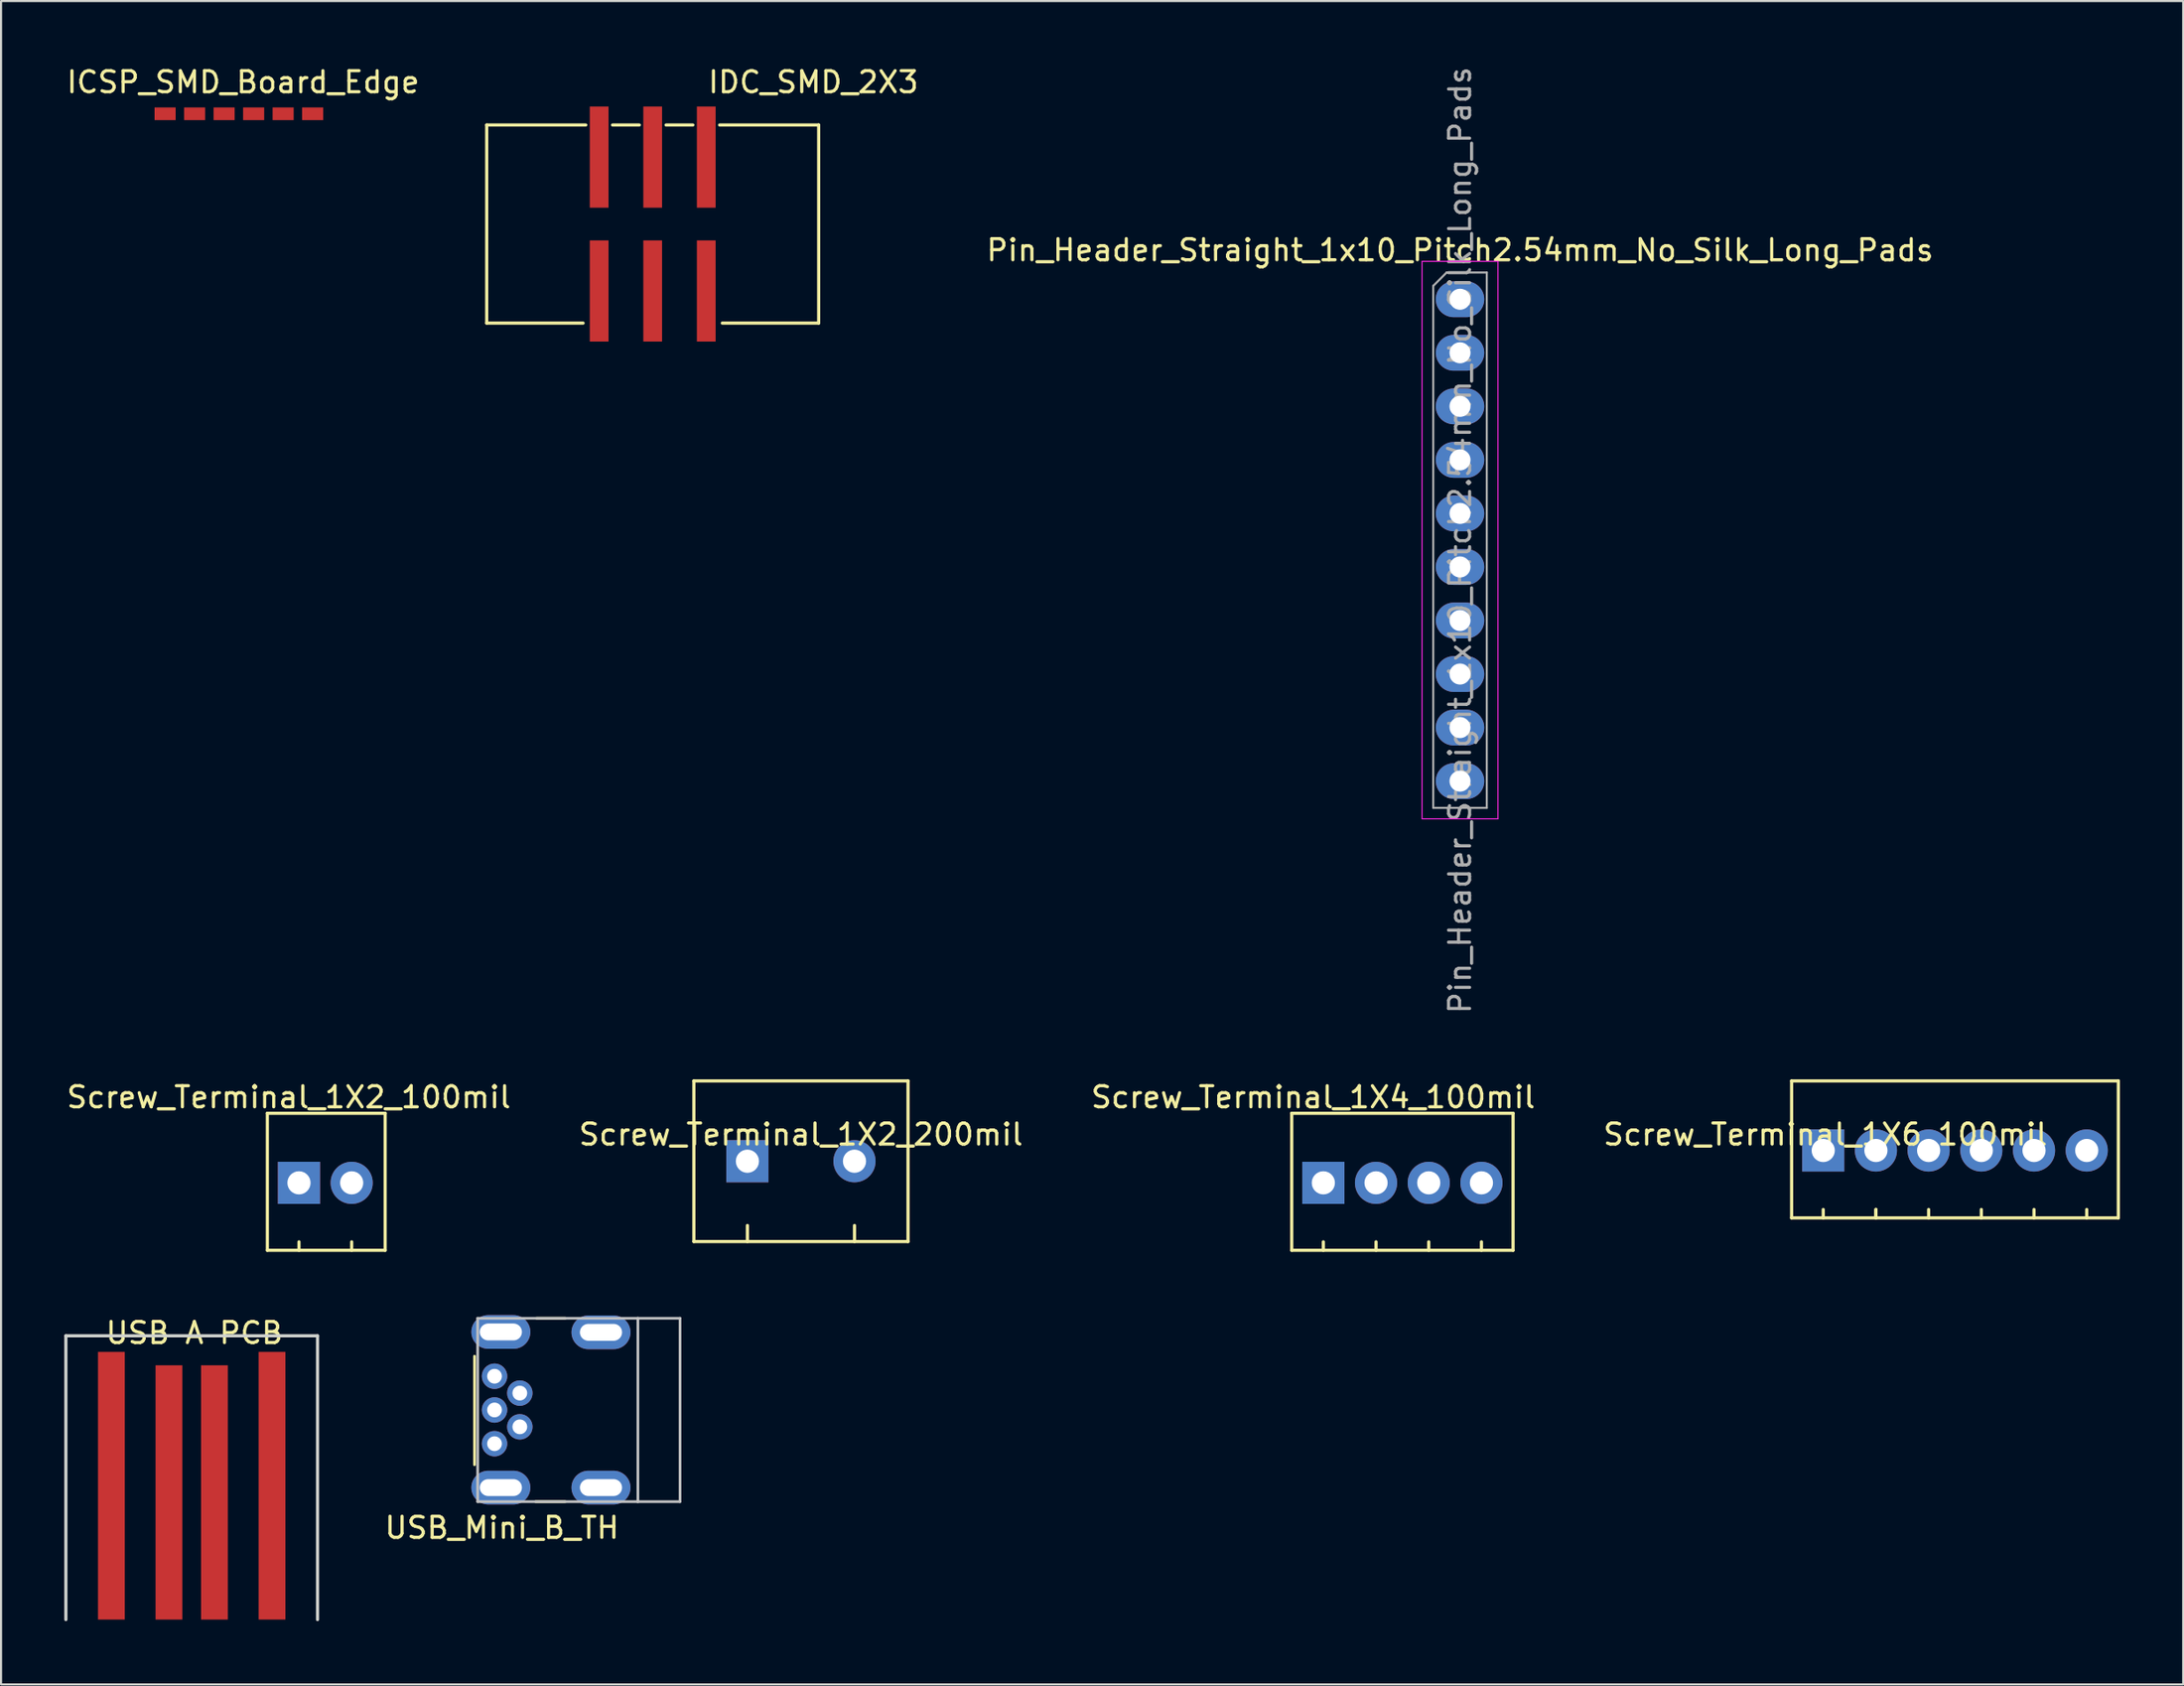
<source format=kicad_pcb>
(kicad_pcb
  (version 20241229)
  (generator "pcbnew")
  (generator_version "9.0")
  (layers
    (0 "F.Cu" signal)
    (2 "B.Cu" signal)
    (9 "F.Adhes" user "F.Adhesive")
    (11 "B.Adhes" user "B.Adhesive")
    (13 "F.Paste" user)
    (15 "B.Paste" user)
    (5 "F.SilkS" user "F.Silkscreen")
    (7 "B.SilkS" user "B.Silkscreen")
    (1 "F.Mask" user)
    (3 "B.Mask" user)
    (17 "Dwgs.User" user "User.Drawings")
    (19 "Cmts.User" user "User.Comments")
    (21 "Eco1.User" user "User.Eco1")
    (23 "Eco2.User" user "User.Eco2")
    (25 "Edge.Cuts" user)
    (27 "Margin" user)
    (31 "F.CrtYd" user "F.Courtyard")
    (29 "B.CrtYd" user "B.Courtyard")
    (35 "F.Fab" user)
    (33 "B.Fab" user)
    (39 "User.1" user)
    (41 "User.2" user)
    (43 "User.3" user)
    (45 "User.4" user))
  (footprint "Screw_Terminal_1X2_100mil"
    (layer "F.Cu")
    (at 11.157 53.067)
    (property "Reference" "Screw_Terminal_1X2_100mil" (at -0.508 -4.064 0) (layer "F.SilkS") (effects (font (size 1 1) (thickness 0.15))))
    (attr through_hole)
    (fp_line (start -1.524 -3.302) (end -1.524 3.198) (stroke (width 0.15) (type solid)) (layer "F.SilkS"))
    (fp_line (start -1.524 -3.302) (end 4.064 -3.302) (stroke (width 0.15) (type solid)) (layer "F.SilkS"))
    (fp_line (start -1.524 3.198) (end 4.064 3.198) (stroke (width 0.15) (type solid)) (layer "F.SilkS"))
    (fp_line (start -0.024 3.198) (end -0.024 2.798) (stroke (width 0.15) (type solid)) (layer "F.SilkS"))
    (fp_line (start 2.476 3.198) (end 2.476 2.798) (stroke (width 0.15) (type solid)) (layer "F.SilkS"))
    (fp_line (start 4.064 -3.302) (end 4.064 3.198) (stroke (width 0.15) (type solid)) (layer "F.SilkS"))
    (pad "1" thru_hole rect (at -0.024 -0.002) (size 2 2) (drill 1.1) (layers "*.Cu" "*.Mask"))
    (pad "2" thru_hole circle (at 2.476 -0.002) (size 2 2) (drill 1.1) (layers "*.Cu" "*.Mask")))
  (footprint "IDC_SMD_2X3"
    (layer "F.Cu")
    (at 27.913 6.944)
    (property "Reference" "IDC_SMD_2X3" (at 7.62 -6.096 0) (layer "F.SilkS") (effects (font (size 1 1) (thickness 0.15))))
    (attr through_hole)
    (fp_line (start -7.874 -4.064) (end -3.175 -4.064) (stroke (width 0.15) (type solid)) (layer "F.SilkS"))
    (fp_line (start -7.874 5.334) (end -7.874 -4.064) (stroke (width 0.15) (type solid)) (layer "F.SilkS"))
    (fp_line (start -7.874 5.334) (end -3.302 5.334) (stroke (width 0.15) (type solid)) (layer "F.SilkS"))
    (fp_line (start -1.905 -4.064) (end -0.635 -4.064) (stroke (width 0.15) (type solid)) (layer "F.SilkS"))
    (fp_line (start 0.635 -4.064) (end 1.905 -4.064) (stroke (width 0.15) (type solid)) (layer "F.SilkS"))
    (fp_line (start 3.175 -4.064) (end 7.874 -4.064) (stroke (width 0.15) (type solid)) (layer "F.SilkS"))
    (fp_line (start 3.302 5.334) (end 7.874 5.334) (stroke (width 0.15) (type solid)) (layer "F.SilkS"))
    (fp_line (start 7.874 5.334) (end 7.874 -4.064) (stroke (width 0.15) (type solid)) (layer "F.SilkS"))
    (pad "1" smd rect (at -2.54 3.81 90) (size 4.8 0.89) (layers "F.Cu" "F.Mask" "F.Paste"))
    (pad "2" smd rect (at -2.54 -2.54 90) (size 4.8 0.89) (layers "F.Cu" "F.Mask" "F.Paste"))
    (pad "3" smd rect (at 0 3.81 90) (size 4.8 0.89) (layers "F.Cu" "F.Mask" "F.Paste"))
    (pad "4" smd rect (at 0 -2.54 90) (size 4.8 0.89) (layers "F.Cu" "F.Mask" "F.Paste"))
    (pad "5" smd rect (at 2.54 3.81 90) (size 4.8 0.89) (layers "F.Cu" "F.Mask" "F.Paste"))
    (pad "6" smd rect (at 2.54 -2.54 90) (size 4.8 0.89) (layers "F.Cu" "F.Mask" "F.Paste")))
  (footprint "Pin_Header_Straight_1x10_Pitch2.54mm_No_Silk_Long_Pads"
    (layer "F.Cu")
    (at 66.212 11.147)
    (property "Reference" "Pin_Header_Straight_1x10_Pitch2.54mm_No_Silk_Long_Pads" (at 0 -2.33 0) (layer "F.SilkS") (effects (font (size 1 1) (thickness 0.15))))
    (attr through_hole)
    (fp_line (start -1.8 -1.8) (end -1.8 24.65) (stroke (width 0.05) (type solid)) (layer "F.CrtYd"))
    (fp_line (start -1.8 24.65) (end 1.8 24.65) (stroke (width 0.05) (type solid)) (layer "F.CrtYd"))
    (fp_line (start 1.8 -1.8) (end -1.8 -1.8) (stroke (width 0.05) (type solid)) (layer "F.CrtYd"))
    (fp_line (start 1.8 24.65) (end 1.8 -1.8) (stroke (width 0.05) (type solid)) (layer "F.CrtYd"))
    (fp_line (start -1.27 -0.635) (end -0.635 -1.27) (stroke (width 0.1) (type solid)) (layer "F.Fab"))
    (fp_line (start -1.27 24.13) (end -1.27 -0.635) (stroke (width 0.1) (type solid)) (layer "F.Fab"))
    (fp_line (start -0.635 -1.27) (end 1.27 -1.27) (stroke (width 0.1) (type solid)) (layer "F.Fab"))
    (fp_line (start 1.27 -1.27) (end 1.27 24.13) (stroke (width 0.1) (type solid)) (layer "F.Fab"))
    (fp_line (start 1.27 24.13) (end -1.27 24.13) (stroke (width 0.1) (type solid)) (layer "F.Fab"))
    (fp_text user "${REFERENCE}" (at 0 11.43 90) (layer "F.Fab") (effects (font (size 1 1) (thickness 0.15))))
    (pad "1" thru_hole oval (at 0 0) (size 2.3 1.7) (drill 1) (layers "*.Cu" "*.Mask"))
    (pad "2" thru_hole oval (at 0 2.54) (size 2.3 1.7) (drill 1) (layers "*.Cu" "*.Mask"))
    (pad "3" thru_hole oval (at 0 5.08) (size 2.3 1.7) (drill 1) (layers "*.Cu" "*.Mask"))
    (pad "4" thru_hole oval (at 0 7.62) (size 2.3 1.7) (drill 1) (layers "*.Cu" "*.Mask"))
    (pad "5" thru_hole oval (at 0 10.16) (size 2.3 1.7) (drill 1) (layers "*.Cu" "*.Mask"))
    (pad "6" thru_hole oval (at 0 12.7) (size 2.3 1.7) (drill 1) (layers "*.Cu" "*.Mask"))
    (pad "7" thru_hole oval (at 0 15.24) (size 2.3 1.7) (drill 1) (layers "*.Cu" "*.Mask"))
    (pad "8" thru_hole oval (at 0 17.78) (size 2.3 1.7) (drill 1) (layers "*.Cu" "*.Mask"))
    (pad "9" thru_hole oval (at 0 20.32) (size 2.3 1.7) (drill 1) (layers "*.Cu" "*.Mask"))
    (pad "10" thru_hole oval (at 0 22.86) (size 2.3 1.7) (drill 1) (layers "*.Cu" "*.Mask")))
  (footprint "Screw_Terminal_1X4_100mil"
    (layer "F.Cu")
    (at 59.752 53.067)
    (property "Reference" "Screw_Terminal_1X4_100mil" (at -0.508 -4.064 0) (layer "F.SilkS") (effects (font (size 1 1) (thickness 0.15))))
    (attr through_hole)
    (fp_line (start -1.524 -3.302) (end -1.524 3.198) (stroke (width 0.15) (type solid)) (layer "F.SilkS"))
    (fp_line (start -1.524 -3.302) (end 8.976 -3.302) (stroke (width 0.15) (type solid)) (layer "F.SilkS"))
    (fp_line (start -1.524 3.198) (end 8.976 3.198) (stroke (width 0.15) (type solid)) (layer "F.SilkS"))
    (fp_line (start -0.024 3.198) (end -0.024 2.798) (stroke (width 0.15) (type solid)) (layer "F.SilkS"))
    (fp_line (start 2.476 3.198) (end 2.476 2.798) (stroke (width 0.15) (type solid)) (layer "F.SilkS"))
    (fp_line (start 4.976 3.198) (end 4.976 2.798) (stroke (width 0.15) (type solid)) (layer "F.SilkS"))
    (fp_line (start 7.476 3.198) (end 7.476 2.798) (stroke (width 0.15) (type solid)) (layer "F.SilkS"))
    (fp_line (start 8.976 -3.302) (end 8.976 3.198) (stroke (width 0.15) (type solid)) (layer "F.SilkS"))
    (pad "1" thru_hole rect (at -0.024 -0.002) (size 2 2) (drill 1.1) (layers "*.Cu" "*.Mask"))
    (pad "2" thru_hole circle (at 2.476 -0.002) (size 2 2) (drill 1.1) (layers "*.Cu" "*.Mask"))
    (pad "3" thru_hole circle (at 4.976 -0.002) (size 2 2) (drill 1.1) (layers "*.Cu" "*.Mask"))
    (pad "4" thru_hole circle (at 7.476 -0.002) (size 2 2) (drill 1.1) (layers "*.Cu" "*.Mask")))
  (footprint "USB A PCB"
    (layer "F.Cu")
    (at 6.171 60.338)
    (property "Reference" "USB A PCB" (at 0 -0.15 0) (layer "F.SilkS") (effects (font (size 1 1) (thickness 0.15))))
    (attr through_hole)
    (fp_line (start -6.096 -0.015) (end -6.096 13.447) (stroke (width 0.15) (type solid)) (layer "Edge.Cuts"))
    (fp_line (start -6.096 -0.015) (end 5.842 -0.015) (stroke (width 0.15) (type solid)) (layer "Edge.Cuts"))
    (fp_line (start 5.842 -0.015) (end 5.842 13.447) (stroke (width 0.15) (type solid)) (layer "Edge.Cuts"))
    (pad "1" connect rect (at -3.937 7.097) (size 1.27 12.7) (layers "F.Cu" "F.Mask"))
    (pad "2" connect rect (at -1.206 7.415) (size 1.27 12.065) (layers "F.Cu" "F.Mask"))
    (pad "3" connect rect (at 0.953 7.415) (size 1.27 12.065) (layers "F.Cu" "F.Mask"))
    (pad "4" connect rect (at 3.683 7.097) (size 1.27 12.7) (layers "F.Cu" "F.Mask")))
  (footprint "Screw_Terminal_1X2_200mil"
    (layer "F.Cu")
    (at 32.406 52.04)
    (property "Reference" "Screw_Terminal_1X2_200mil" (at 2.54 -1.27 0) (layer "F.SilkS") (effects (font (size 1 1) (thickness 0.15))))
    (attr through_hole)
    (fp_line (start -2.54 -3.81) (end -2.54 3.81) (stroke (width 0.15) (type solid)) (layer "F.SilkS"))
    (fp_line (start -2.54 -3.81) (end 7.62 -3.81) (stroke (width 0.15) (type solid)) (layer "F.SilkS"))
    (fp_line (start 0 3.81) (end 0 3.048) (stroke (width 0.15) (type solid)) (layer "F.SilkS"))
    (fp_line (start 5.08 3.81) (end 5.08 3.048) (stroke (width 0.15) (type solid)) (layer "F.SilkS"))
    (fp_line (start 7.62 -3.81) (end 7.62 3.81) (stroke (width 0.15) (type solid)) (layer "F.SilkS"))
    (fp_line (start 7.62 3.81) (end -2.54 3.81) (stroke (width 0.15) (type solid)) (layer "F.SilkS"))
    (pad "1" thru_hole rect (at 0 0) (size 2 2) (drill 1.1) (layers "*.Cu" "*.Mask"))
    (pad "2" thru_hole circle (at 5.08 0) (size 2 2) (drill 1.1) (layers "*.Cu" "*.Mask")))
  (footprint "Screw_Terminal_1X6_100mil"
    (layer "F.Cu")
    (at 83.466 51.532)
    (property "Reference" "Screw_Terminal_1X6_100mil" (at 0.076 -0.762 0) (layer "F.SilkS") (effects (font (size 1 1) (thickness 0.15))))
    (attr through_hole)
    (fp_line (start -1.524 -3.302) (end -1.524 3.198) (stroke (width 0.15) (type solid)) (layer "F.SilkS"))
    (fp_line (start -1.524 -3.302) (end 13.976 -3.302) (stroke (width 0.15) (type solid)) (layer "F.SilkS"))
    (fp_line (start -1.524 3.198) (end 13.976 3.198) (stroke (width 0.15) (type solid)) (layer "F.SilkS"))
    (fp_line (start -0.024 3.198) (end -0.024 2.798) (stroke (width 0.15) (type solid)) (layer "F.SilkS"))
    (fp_line (start 2.476 3.198) (end 2.476 2.798) (stroke (width 0.15) (type solid)) (layer "F.SilkS"))
    (fp_line (start 2.476 3.198) (end 2.476 2.798) (stroke (width 0.15) (type solid)) (layer "F.SilkS"))
    (fp_line (start 4.976 3.198) (end 4.976 2.798) (stroke (width 0.15) (type solid)) (layer "F.SilkS"))
    (fp_line (start 7.476 3.198) (end 7.476 2.798) (stroke (width 0.15) (type solid)) (layer "F.SilkS"))
    (fp_line (start 9.976 3.198) (end 9.976 2.798) (stroke (width 0.15) (type solid)) (layer "F.SilkS"))
    (fp_line (start 12.476 3.198) (end 12.476 2.798) (stroke (width 0.15) (type solid)) (layer "F.SilkS"))
    (fp_line (start 13.976 -3.302) (end 13.976 3.198) (stroke (width 0.15) (type solid)) (layer "F.SilkS"))
    (pad "1" thru_hole rect (at -0.024 -0.002) (size 2 2) (drill 1.1) (layers "*.Cu" "*.Mask"))
    (pad "2" thru_hole circle (at 2.476 -0.002) (size 2 2) (drill 1.1) (layers "*.Cu" "*.Mask"))
    (pad "3" thru_hole circle (at 4.976 -0.002) (size 2 2) (drill 1.1) (layers "*.Cu" "*.Mask"))
    (pad "4" thru_hole circle (at 7.476 -0.002) (size 2 2) (drill 1.1) (layers "*.Cu" "*.Mask"))
    (pad "5" thru_hole circle (at 9.976 -0.002) (size 2 2) (drill 1.1) (layers "*.Cu" "*.Mask"))
    (pad "6" thru_hole circle (at 12.476 -0.002) (size 2 2) (drill 1.1) (layers "*.Cu" "*.Mask")))
  (footprint "USB_Mini_B_TH"
    (layer "F.Cu")
    (at 25.46 63.84)
    (property "Reference" "USB_Mini_B_TH" (at -4.699 5.588 0) (layer "F.SilkS") (effects (font (size 1 1) (thickness 0.15))))
    (attr through_hole)
    (fp_line (start -6 2.6) (end -6 -2.55) (stroke (width 0.127) (type solid)) (layer "F.SilkS"))
    (fp_line (start -3.05 -4.35) (end -1.7 -4.35) (stroke (width 0.127) (type solid)) (layer "F.SilkS"))
    (fp_line (start -1.7 4.35) (end -3.1 4.35) (stroke (width 0.127) (type solid)) (layer "F.SilkS"))
    (fp_line (start -5.85 -4.35) (end -5.85 4.35) (stroke (width 0.127) (type solid)) (layer "Dwgs.User"))
    (fp_line (start -5.85 4.35) (end 1.75 4.35) (stroke (width 0.127) (type solid)) (layer "Dwgs.User"))
    (fp_line (start 1.75 -4.35) (end -5.85 -4.35) (stroke (width 0.127) (type solid)) (layer "Dwgs.User"))
    (fp_line (start 1.75 -4.35) (end 1.75 4.35) (stroke (width 0.127) (type solid)) (layer "Dwgs.User"))
    (fp_line (start 1.75 4.35) (end 3.75 4.35) (stroke (width 0.127) (type solid)) (layer "Dwgs.User"))
    (fp_line (start 3.75 -4.35) (end 1.75 -4.35) (stroke (width 0.127) (type solid)) (layer "Dwgs.User"))
    (fp_line (start 3.75 4.35) (end 3.75 -4.35) (stroke (width 0.127) (type solid)) (layer "Dwgs.User"))
    (fp_line (start -0.6 -4) (end 0.6 -4) (stroke (width 0.0001) (type solid)) (layer "Edge.Cuts"))
    (fp_line (start -0.6 -3.3) (end 0.6 -3.3) (stroke (width 0.0001) (type solid)) (layer "Edge.Cuts"))
    (fp_line (start -0.6 3.3) (end 0.6 3.3) (stroke (width 0.0001) (type solid)) (layer "Edge.Cuts"))
    (fp_line (start -0.6 4) (end 0.6 4) (stroke (width 0.0001) (type solid)) (layer "Edge.Cuts"))
    (fp_arc (start -0.95 -3.65) (mid -0.847487 -3.897487) (end -0.6 -4) (stroke (width 0.0001) (type solid)) (layer "Edge.Cuts"))
    (fp_arc (start -0.95 3.65) (mid -0.847487 3.402513) (end -0.6 3.3) (stroke (width 0.0001) (type solid)) (layer "Edge.Cuts"))
    (fp_arc (start -0.6 -3.3) (mid -0.847487 -3.402513) (end -0.95 -3.65) (stroke (width 0.0001) (type solid)) (layer "Edge.Cuts"))
    (fp_arc (start -0.6 4) (mid -0.847487 3.897487) (end -0.95 3.65) (stroke (width 0.0001) (type solid)) (layer "Edge.Cuts"))
    (fp_arc (start 0.6 -4) (mid 0.847487 -3.897487) (end 0.95 -3.65) (stroke (width 0.0001) (type solid)) (layer "Edge.Cuts"))
    (fp_arc (start 0.6 3.3) (mid 0.847487 3.402513) (end 0.95 3.65) (stroke (width 0.0001) (type solid)) (layer "Edge.Cuts"))
    (fp_arc (start 0.95 -3.65) (mid 0.847487 -3.402513) (end 0.6 -3.3) (stroke (width 0.0001) (type solid)) (layer "Edge.Cuts"))
    (fp_arc (start 0.95 3.65) (mid 0.847487 3.897487) (end 0.6 4) (stroke (width 0.0001) (type solid)) (layer "Edge.Cuts"))
    (pad "1" thru_hole circle (at -5.05 1.6) (size 1.208 1.208) (drill 0.7) (layers "*.Cu" "*.Mask"))
    (pad "2" thru_hole circle (at -3.85 0.8) (size 1.208 1.208) (drill 0.7) (layers "*.Cu" "*.Mask"))
    (pad "3" thru_hole circle (at -5.05 0) (size 1.208 1.208) (drill 0.7) (layers "*.Cu" "*.Mask"))
    (pad "4" thru_hole circle (at -3.85 -0.8) (size 1.208 1.208) (drill 0.7) (layers "*.Cu" "*.Mask"))
    (pad "5" thru_hole circle (at -5.05 -1.6) (size 1.208 1.208) (drill 0.7) (layers "*.Cu" "*.Mask"))
    (pad "6" thru_hole oval (at -4.75 -3.7) (size 2.8 1.6) (drill oval 2 0.8) (layers "*.Cu" "*.Mask"))
    (pad "6" thru_hole oval (at -4.75 3.683) (size 2.8 1.6) (drill oval 2 0.8) (layers "*.Cu" "*.Mask"))
    (pad "6" thru_hole oval (at 0 -3.683) (size 2.8 1.6) (drill oval 2 0.8) (layers "*.Cu" "*.Mask"))
    (pad "6" thru_hole oval (at 0 3.683) (size 2.8 1.6) (drill oval 2 0.8) (layers "*.Cu" "*.Mask")))
  (footprint "ICSP_SMD_Board_Edge"
    (layer "F.Cu")
    (at 8.282 2.348)
    (property "Reference" "ICSP_SMD_Board_Edge" (at 0.2 -1.5 0) (layer "F.SilkS") (effects (font (size 1 1) (thickness 0.15))))
    (attr through_hole)
    (pad "1" connect rect (at -3.5 0) (size 1 0.6) (layers "F.Cu" "F.Mask"))
    (pad "2" connect rect (at -2.1 0) (size 1 0.6) (layers "F.Cu" "F.Mask"))
    (pad "3" connect rect (at -0.7 0) (size 1 0.6) (layers "F.Cu" "F.Mask"))
    (pad "4" connect rect (at 0.7 0) (size 1 0.6) (layers "F.Cu" "F.Mask"))
    (pad "5" connect rect (at 2.1 0) (size 1 0.6) (layers "F.Cu" "F.Mask"))
    (pad "6" connect rect (at 3.5 0) (size 1 0.6) (layers "F.Cu" "F.Mask")))
  (gr_rect
    (start -3 -3)
    (end 100.517 76.86)
    (stroke (width 0.1) (type default))
    (fill no)
    (layer "Edge.Cuts")))
</source>
